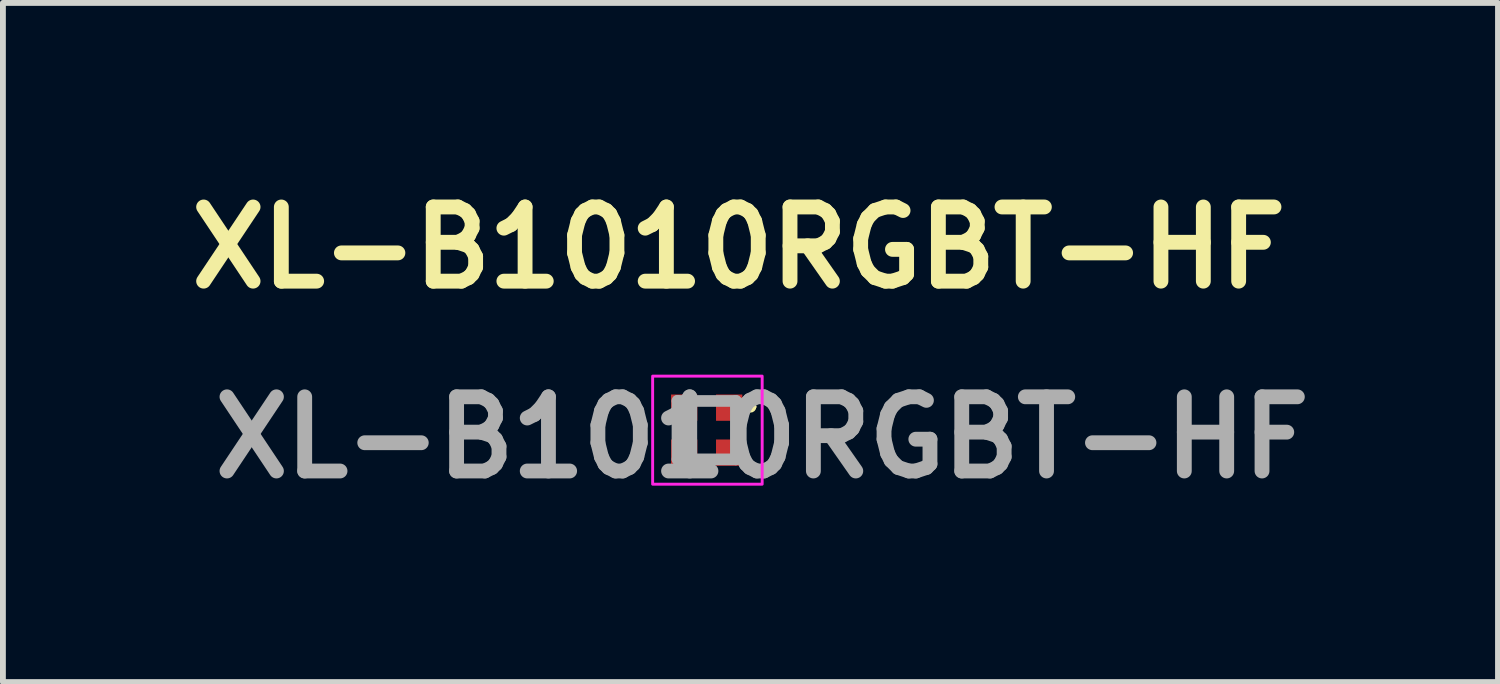
<source format=kicad_pcb>
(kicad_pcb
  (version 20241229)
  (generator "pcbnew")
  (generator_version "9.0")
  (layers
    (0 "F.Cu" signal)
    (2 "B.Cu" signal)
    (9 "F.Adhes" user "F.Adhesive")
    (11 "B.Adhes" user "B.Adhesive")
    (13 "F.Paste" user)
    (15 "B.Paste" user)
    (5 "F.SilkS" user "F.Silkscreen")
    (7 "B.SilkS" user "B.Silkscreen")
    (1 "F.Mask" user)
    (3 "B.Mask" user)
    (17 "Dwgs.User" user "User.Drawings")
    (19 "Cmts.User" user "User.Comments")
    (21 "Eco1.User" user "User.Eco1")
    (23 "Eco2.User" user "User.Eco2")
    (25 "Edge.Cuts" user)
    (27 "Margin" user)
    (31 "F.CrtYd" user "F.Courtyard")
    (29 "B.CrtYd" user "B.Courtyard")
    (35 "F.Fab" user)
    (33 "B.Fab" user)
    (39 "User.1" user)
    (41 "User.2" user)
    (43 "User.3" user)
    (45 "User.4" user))
  (footprint "XL-B1010RGBT-HF"
    (layer "F.Cu")
    (at 9.048 4.314)
    (property "Reference" "XL-B1010RGBT-HF" (at 0.55 -3.125 0) (layer "F.SilkS") (effects (font (size 1.27 1.27) (thickness 0.254))))
    (attr smd)
    (fp_line (start 0.7 -0.4) (end 0.7 -0.4) (stroke (width 0.1) (type solid)) (layer "F.SilkS"))
    (fp_line (start 0.8 -0.4) (end 0.8 -0.4) (stroke (width 0.1) (type solid)) (layer "F.SilkS"))
    (fp_arc (start 0.7 -0.4) (mid 0.75 -0.45) (end 0.8 -0.4) (stroke (width 0.1) (type solid)) (layer "F.SilkS"))
    (fp_arc (start 0.8 -0.4) (mid 0.75 -0.35) (end 0.7 -0.4) (stroke (width 0.1) (type solid)) (layer "F.SilkS"))
    (fp_rect (start -0.925 -0.925) (end 0.95 0.925) (stroke (width 0.05) (type default)) (fill no) (layer "F.CrtYd"))
    (fp_line (start -0.5 -0.5) (end 0.5 -0.5) (stroke (width 0.2) (type solid)) (layer "F.Fab"))
    (fp_line (start -0.5 0.5) (end -0.5 -0.5) (stroke (width 0.2) (type solid)) (layer "F.Fab"))
    (fp_line (start 0.5 -0.5) (end 0.5 0.5) (stroke (width 0.2) (type solid)) (layer "F.Fab"))
    (fp_line (start 0.5 0.5) (end -0.5 0.5) (stroke (width 0.2) (type solid)) (layer "F.Fab"))
    (fp_text user "${REFERENCE}" (at 0.95 0.125 0) (layer "F.Fab") (effects (font (size 1.27 1.27) (thickness 0.254))))
    (pad "1" smd rect (at 0.385 -0.385 90) (size 0.45 0.45) (layers "F.Cu" "F.Mask" "F.Paste"))
    (pad "2" smd rect (at 0.385 0.385 90) (size 0.45 0.45) (layers "F.Cu" "F.Mask" "F.Paste"))
    (pad "3" smd rect (at -0.385 0.385 90) (size 0.45 0.45) (layers "F.Cu" "F.Mask" "F.Paste"))
    (pad "4" smd rect (at -0.385 -0.385 90) (size 0.45 0.45) (layers "F.Cu" "F.Mask" "F.Paste")))
  (gr_rect
    (start -3 -3)
    (end 22.595 8.627)
    (stroke (width 0.1) (type default))
    (fill no)
    (layer "Edge.Cuts")))
</source>
